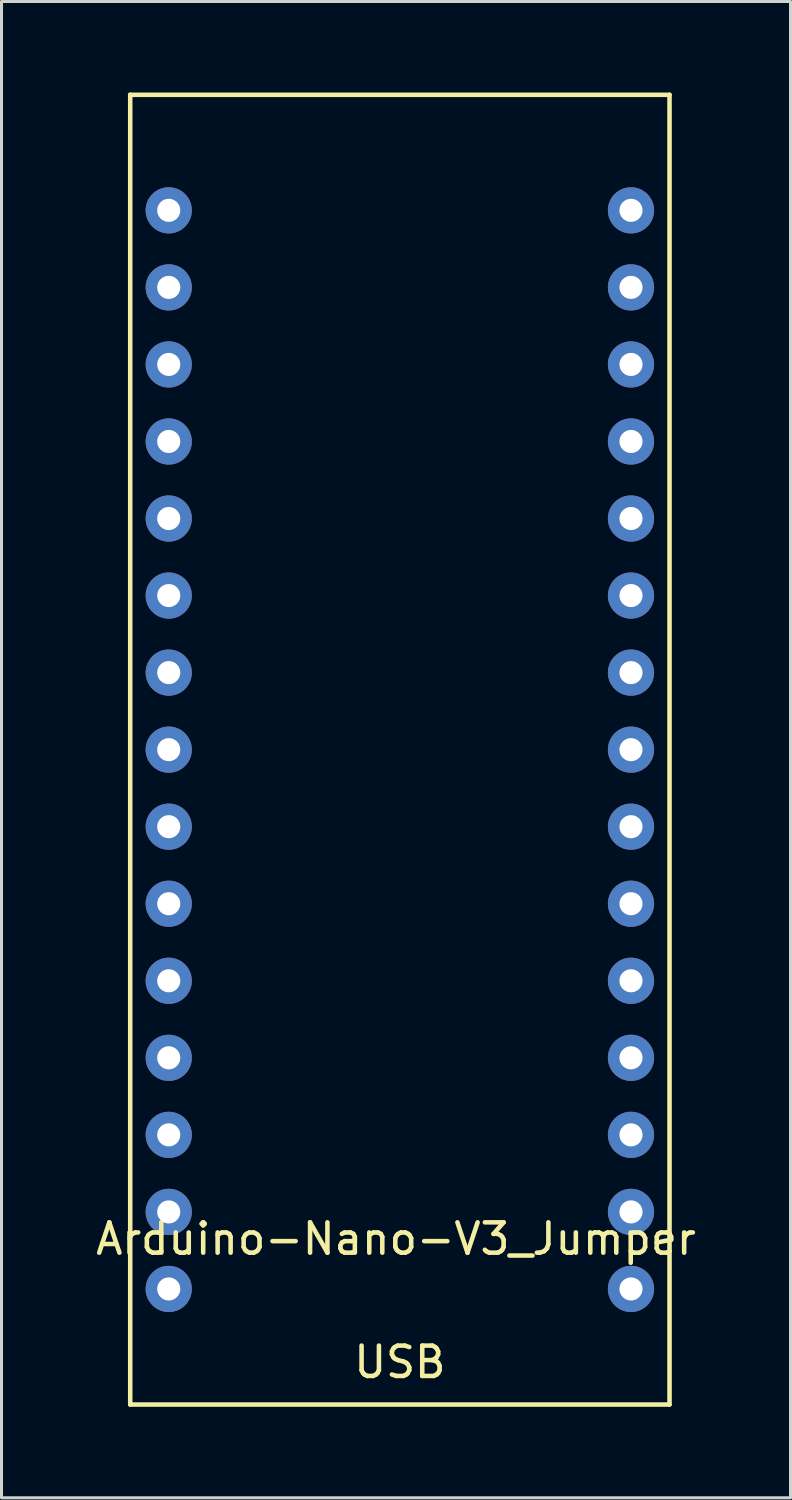
<source format=kicad_pcb>
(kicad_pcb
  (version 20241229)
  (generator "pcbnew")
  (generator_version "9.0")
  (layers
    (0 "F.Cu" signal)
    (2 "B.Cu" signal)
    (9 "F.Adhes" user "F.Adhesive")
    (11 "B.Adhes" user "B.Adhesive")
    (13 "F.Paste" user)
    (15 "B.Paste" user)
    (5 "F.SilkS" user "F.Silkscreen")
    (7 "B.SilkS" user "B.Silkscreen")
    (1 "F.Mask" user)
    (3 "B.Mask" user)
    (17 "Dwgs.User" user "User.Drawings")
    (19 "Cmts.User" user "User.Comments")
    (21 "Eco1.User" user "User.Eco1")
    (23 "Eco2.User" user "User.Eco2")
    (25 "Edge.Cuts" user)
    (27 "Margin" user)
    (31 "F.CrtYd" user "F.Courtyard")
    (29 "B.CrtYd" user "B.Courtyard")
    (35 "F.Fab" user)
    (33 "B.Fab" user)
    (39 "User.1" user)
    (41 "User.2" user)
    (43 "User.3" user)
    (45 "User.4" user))
  (footprint "Arduino-Nano-V3_Jumper"
    (layer "F.Cu")
    (at 10.133 21.665)
    (property "Reference" "Arduino-Nano-V3_Jumper" (at -0.127 16.129 0) (layer "F.SilkS") (effects (font (size 1 1) (thickness 0.15))))
    (attr through_hole)
    (fp_line (start -8.89 -21.59) (end 8.89 -21.59) (stroke (width 0.15) (type solid)) (layer "F.SilkS"))
    (fp_line (start -8.89 21.59) (end -8.89 -21.59) (stroke (width 0.15) (type solid)) (layer "F.SilkS"))
    (fp_line (start 8.89 -21.59) (end 8.89 21.59) (stroke (width 0.15) (type solid)) (layer "F.SilkS"))
    (fp_line (start 8.89 21.59) (end -8.89 21.59) (stroke (width 0.15) (type solid)) (layer "F.SilkS"))
    (fp_text user "USB" (at 0 20.193 0) (layer "F.SilkS") (effects (font (size 1 1) (thickness 0.15))))
    (pad "1" thru_hole circle (at -7.62 -17.78) (size 1.524 1.524) (drill 0.762) (layers "*.Cu" "*.Mask"))
    (pad "2" thru_hole circle (at -7.62 -15.24) (size 1.524 1.524) (drill 0.762) (layers "*.Cu" "*.Mask"))
    (pad "3" thru_hole circle (at -7.62 -12.7) (size 1.524 1.524) (drill 0.762) (layers "*.Cu" "*.Mask"))
    (pad "4" thru_hole circle (at -7.62 -10.16) (size 1.524 1.524) (drill 0.762) (layers "*.Cu" "*.Mask"))
    (pad "5" thru_hole circle (at -7.62 -7.62) (size 1.524 1.524) (drill 0.762) (layers "*.Cu" "*.Mask"))
    (pad "6" thru_hole circle (at -7.62 -5.08) (size 1.524 1.524) (drill 0.762) (layers "*.Cu" "*.Mask"))
    (pad "7" thru_hole circle (at -7.62 -2.54) (size 1.524 1.524) (drill 0.762) (layers "*.Cu" "*.Mask"))
    (pad "8" thru_hole circle (at -7.62 0) (size 1.524 1.524) (drill 0.762) (layers "*.Cu" "*.Mask"))
    (pad "9" thru_hole circle (at -7.62 2.54) (size 1.524 1.524) (drill 0.762) (layers "*.Cu" "*.Mask"))
    (pad "10" thru_hole circle (at -7.62 5.08) (size 1.524 1.524) (drill 0.762) (layers "*.Cu" "*.Mask"))
    (pad "11" thru_hole circle (at -7.62 7.62) (size 1.524 1.524) (drill 0.762) (layers "*.Cu" "*.Mask"))
    (pad "12" thru_hole circle (at -7.62 10.16) (size 1.524 1.524) (drill 0.762) (layers "*.Cu" "*.Mask"))
    (pad "13" thru_hole circle (at -7.62 12.7) (size 1.524 1.524) (drill 0.762) (layers "*.Cu" "*.Mask"))
    (pad "14" thru_hole circle (at -7.62 15.24) (size 1.524 1.524) (drill 0.762) (layers "*.Cu" "*.Mask"))
    (pad "15" thru_hole circle (at -7.62 17.78) (size 1.524 1.524) (drill 0.762) (layers "*.Cu" "*.Mask"))
    (pad "16" thru_hole circle (at 7.62 17.78) (size 1.524 1.524) (drill 0.762) (layers "*.Cu" "*.Mask"))
    (pad "17" thru_hole circle (at 7.62 15.24) (size 1.524 1.524) (drill 0.762) (layers "*.Cu" "*.Mask"))
    (pad "18" thru_hole circle (at 7.62 12.7) (size 1.524 1.524) (drill 0.762) (layers "*.Cu" "*.Mask"))
    (pad "19" thru_hole circle (at 7.62 10.16) (size 1.524 1.524) (drill 0.762) (layers "*.Cu" "*.Mask"))
    (pad "20" thru_hole circle (at 7.62 7.62) (size 1.524 1.524) (drill 0.762) (layers "*.Cu" "*.Mask"))
    (pad "21" thru_hole circle (at 7.62 5.08) (size 1.524 1.524) (drill 0.762) (layers "*.Cu" "*.Mask"))
    (pad "22" thru_hole circle (at 7.62 2.54) (size 1.524 1.524) (drill 0.762) (layers "*.Cu" "*.Mask"))
    (pad "23" thru_hole circle (at 7.62 0) (size 1.524 1.524) (drill 0.762) (layers "*.Cu" "*.Mask"))
    (pad "24" thru_hole circle (at 7.62 -2.54) (size 1.524 1.524) (drill 0.762) (layers "*.Cu" "*.Mask"))
    (pad "25" thru_hole circle (at 7.62 -5.08) (size 1.524 1.524) (drill 0.762) (layers "*.Cu" "*.Mask"))
    (pad "26" thru_hole circle (at 7.62 -7.62) (size 1.524 1.524) (drill 0.762) (layers "*.Cu" "*.Mask"))
    (pad "27" thru_hole circle (at 7.62 -10.16) (size 1.524 1.524) (drill 0.762) (layers "*.Cu" "*.Mask"))
    (pad "28" thru_hole circle (at 7.62 -12.7) (size 1.524 1.524) (drill 0.762) (layers "*.Cu" "*.Mask"))
    (pad "29" thru_hole circle (at 7.62 -15.24) (size 1.524 1.524) (drill 0.762) (layers "*.Cu" "*.Mask"))
    (pad "30" thru_hole circle (at 7.62 -17.78) (size 1.524 1.524) (drill 0.762) (layers "*.Cu" "*.Mask")))
  (gr_rect
    (start -3 -3)
    (end 23.012 46.33)
    (stroke (width 0.1) (type default))
    (fill no)
    (layer "Edge.Cuts")))
</source>
